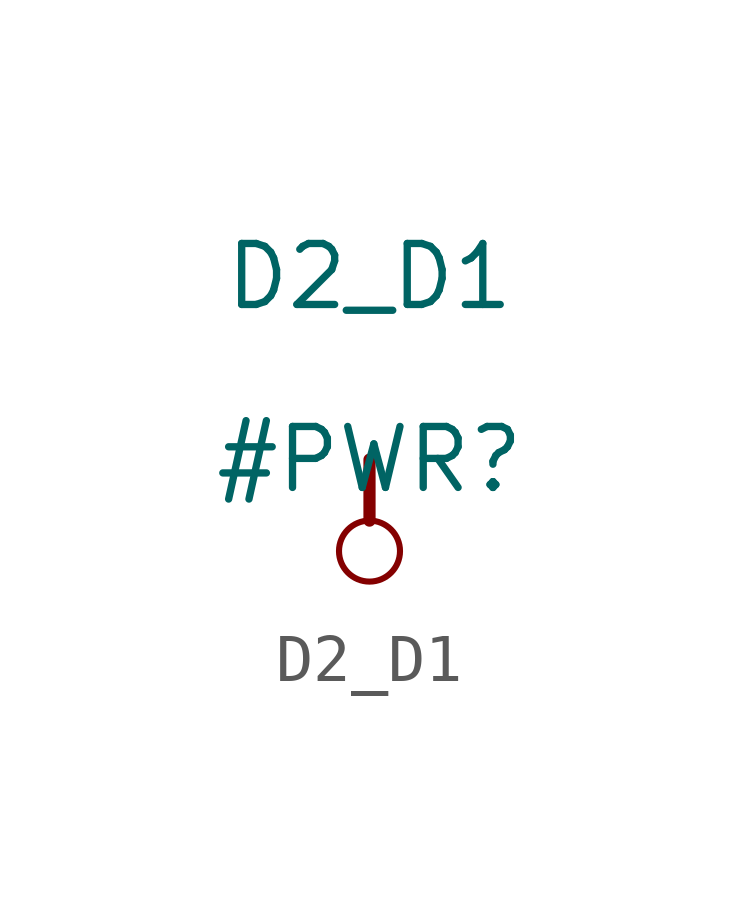
<source format=kicad_sym>
(kicad_symbol_lib
  (version 20211014)
  (generator kicad_symbol_editor)
  (symbol "D2_D1"
    (power)
    (property "Reference" "#PWR"
      (at 0 0 0)
      (effects (font (size 1.27 1.27))))
    (property "Value" "D2_D1"
      (at 0 3.81 0)
      (effects (font (size 1.27 1.27))))
    (symbol "D2_D1_0_0"
      (circle (center 0 -1.905) (radius 0.635) (stroke (width 0.127) (type default) (color 0 0 0 0)) (fill (type none)))
      (polyline (pts (xy 0 0) (xy 0 -1.27)) (stroke (width 0.254) (type default) (color 0 0 0 0)) (fill (type none)))
      (pin power_in line (at 0 0 0) (length 0) hide (name "D2_D1" (effects (font (size 1.27 1.27)))) (number "" (effects (font (size 1.27 1.27))))))))
</source>
